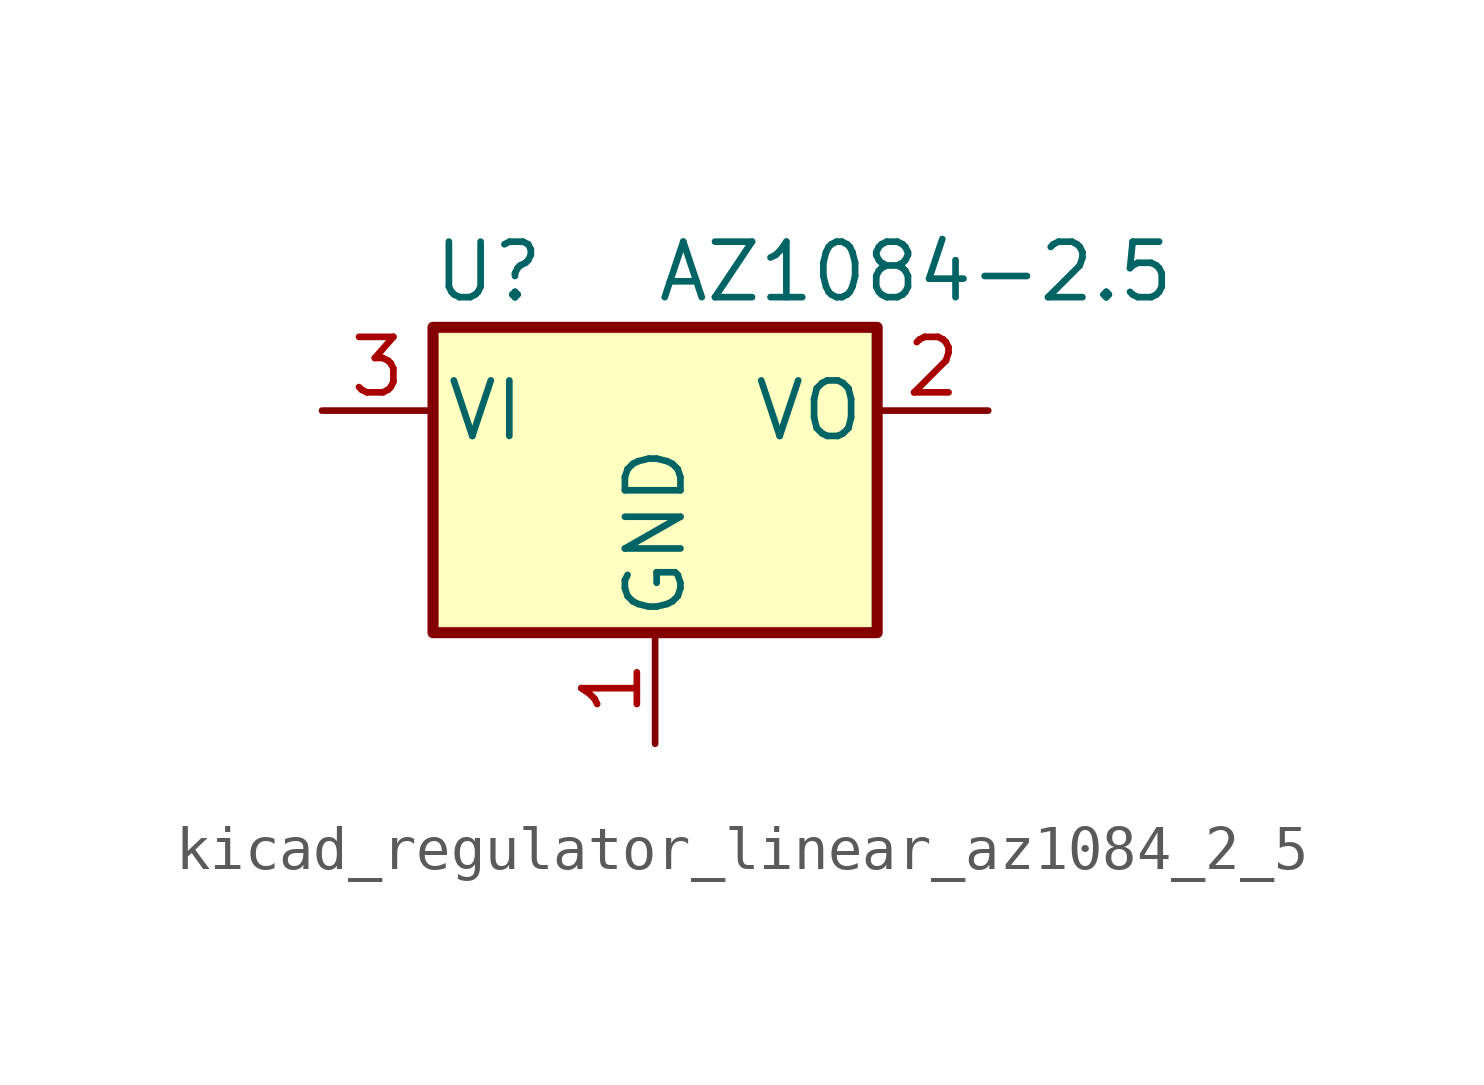
<source format=kicad_sym>
(kicad_symbol_lib
  (version 20220914)
  (generator kicad_symbol_editor)
  (symbol "kicad_regulator_linear_az1084_2_5"
    (pin_names
      (offset 0.254))
    (property "Reference" "U"
      (at -3.81 3.175 0)
      (effects (font (size 1.27 1.27))))
    (property "Value" "AZ1084-2.5"
      (at 0 3.175 0)
      (effects (font (size 1.27 1.27)) (justify left)))
    (symbol "kicad_regulator_linear_az1084_2_5_0_1"
      (rectangle (start -5.08 1.905) (end 5.08 -5.08) (stroke (width 0.254) (type default)) (fill (type background))))
    (symbol "kicad_regulator_linear_az1084_2_5_1_1"
      (pin power_in line (at 0 -7.62 90) (length 2.54) (name "GND" (effects (font (size 1.27 1.27)))) (number "1" (effects (font (size 1.27 1.27)))))
      (pin power_out line (at 7.62 0 180) (length 2.54) (name "VO" (effects (font (size 1.27 1.27)))) (number "2" (effects (font (size 1.27 1.27)))))
      (pin power_in line (at -7.62 0 0) (length 2.54) (name "VI" (effects (font (size 1.27 1.27)))) (number "3" (effects (font (size 1.27 1.27))))))))
</source>
